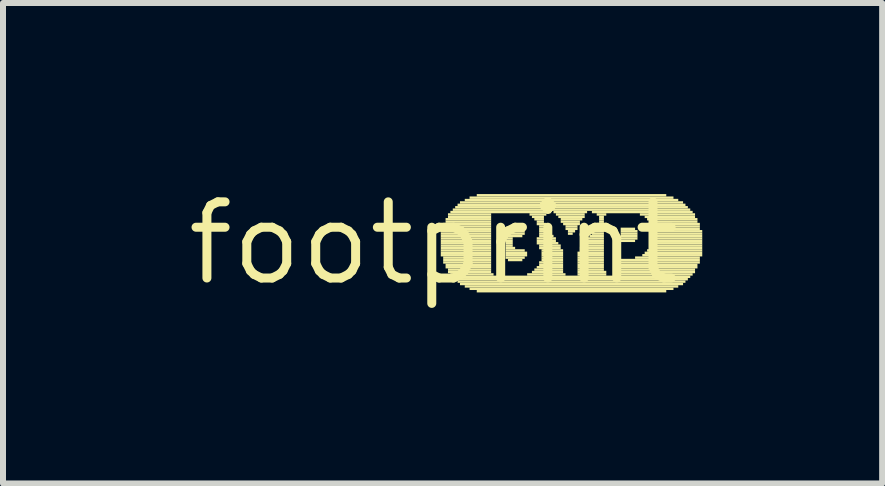
<source format=kicad_pcb>
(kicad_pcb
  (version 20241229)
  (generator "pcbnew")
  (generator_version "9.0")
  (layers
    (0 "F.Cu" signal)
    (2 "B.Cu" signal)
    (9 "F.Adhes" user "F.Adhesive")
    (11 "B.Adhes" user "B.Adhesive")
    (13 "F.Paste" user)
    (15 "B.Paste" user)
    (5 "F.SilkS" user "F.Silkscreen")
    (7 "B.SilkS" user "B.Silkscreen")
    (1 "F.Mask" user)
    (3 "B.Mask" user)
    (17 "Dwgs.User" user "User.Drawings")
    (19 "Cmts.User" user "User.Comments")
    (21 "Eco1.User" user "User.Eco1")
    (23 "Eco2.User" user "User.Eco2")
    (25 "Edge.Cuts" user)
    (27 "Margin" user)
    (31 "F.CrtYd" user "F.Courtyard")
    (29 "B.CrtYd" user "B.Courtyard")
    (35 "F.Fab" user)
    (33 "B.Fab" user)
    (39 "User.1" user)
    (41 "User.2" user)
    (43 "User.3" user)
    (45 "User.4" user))
  (footprint "footprint"
    (layer "F.Cu")
    (at 4.18 1.006)
    (property "Reference" "footprint" (at 0 0 0) (layer "F.SilkS") (effects (font (size 1.27 1.27) (thickness 0.15))))
    (fp_poly (pts (xy 0.12 -0.18) (xy 0.96 -0.18) (xy 0.96 -0.22) (xy 0.12 -0.22)) (stroke (width 0) (type solid)) (fill yes) (layer "F.SilkS"))
    (fp_poly (pts (xy 0.12 -0.14) (xy 0.96 -0.14) (xy 0.96 -0.18) (xy 0.12 -0.18)) (stroke (width 0) (type solid)) (fill yes) (layer "F.SilkS"))
    (fp_poly (pts (xy 0.12 -0.1) (xy 0.96 -0.1) (xy 0.96 -0.14) (xy 0.12 -0.14)) (stroke (width 0) (type solid)) (fill yes) (layer "F.SilkS"))
    (fp_poly (pts (xy 0.12 -0.06) (xy 0.96 -0.06) (xy 0.96 -0.1) (xy 0.12 -0.1)) (stroke (width 0) (type solid)) (fill yes) (layer "F.SilkS"))
    (fp_poly (pts (xy 0.12 -0.02) (xy 0.96 -0.02) (xy 0.96 -0.06) (xy 0.12 -0.06)) (stroke (width 0) (type solid)) (fill yes) (layer "F.SilkS"))
    (fp_poly (pts (xy 0.12 0.02) (xy 0.96 0.02) (xy 0.96 -0.02) (xy 0.12 -0.02)) (stroke (width 0) (type solid)) (fill yes) (layer "F.SilkS"))
    (fp_poly (pts (xy 0.12 0.06) (xy 0.96 0.06) (xy 0.96 0.02) (xy 0.12 0.02)) (stroke (width 0) (type solid)) (fill yes) (layer "F.SilkS"))
    (fp_poly (pts (xy 0.12 0.1) (xy 0.96 0.1) (xy 0.96 0.06) (xy 0.12 0.06)) (stroke (width 0) (type solid)) (fill yes) (layer "F.SilkS"))
    (fp_poly (pts (xy 0.12 0.14) (xy 0.96 0.14) (xy 0.96 0.1) (xy 0.12 0.1)) (stroke (width 0) (type solid)) (fill yes) (layer "F.SilkS"))
    (fp_poly (pts (xy 0.12 0.18) (xy 0.96 0.18) (xy 0.96 0.14) (xy 0.12 0.14)) (stroke (width 0) (type solid)) (fill yes) (layer "F.SilkS"))
    (fp_poly (pts (xy 0.12 0.22) (xy 0.96 0.22) (xy 0.96 0.18) (xy 0.12 0.18)) (stroke (width 0) (type solid)) (fill yes) (layer "F.SilkS"))
    (fp_poly (pts (xy 0.16 -0.3) (xy 0.96 -0.3) (xy 0.96 -0.34) (xy 0.16 -0.34)) (stroke (width 0) (type solid)) (fill yes) (layer "F.SilkS"))
    (fp_poly (pts (xy 0.16 -0.26) (xy 0.96 -0.26) (xy 0.96 -0.3) (xy 0.16 -0.3)) (stroke (width 0) (type solid)) (fill yes) (layer "F.SilkS"))
    (fp_poly (pts (xy 0.16 -0.22) (xy 0.96 -0.22) (xy 0.96 -0.26) (xy 0.16 -0.26)) (stroke (width 0) (type solid)) (fill yes) (layer "F.SilkS"))
    (fp_poly (pts (xy 0.16 0.26) (xy 0.96 0.26) (xy 0.96 0.22) (xy 0.16 0.22)) (stroke (width 0) (type solid)) (fill yes) (layer "F.SilkS"))
    (fp_poly (pts (xy 0.16 0.3) (xy 0.96 0.3) (xy 0.96 0.26) (xy 0.16 0.26)) (stroke (width 0) (type solid)) (fill yes) (layer "F.SilkS"))
    (fp_poly (pts (xy 0.16 0.34) (xy 0.96 0.34) (xy 0.96 0.3) (xy 0.16 0.3)) (stroke (width 0) (type solid)) (fill yes) (layer "F.SilkS"))
    (fp_poly (pts (xy 0.2 -0.38) (xy 0.96 -0.38) (xy 0.96 -0.42) (xy 0.2 -0.42)) (stroke (width 0) (type solid)) (fill yes) (layer "F.SilkS"))
    (fp_poly (pts (xy 0.2 -0.34) (xy 0.96 -0.34) (xy 0.96 -0.38) (xy 0.2 -0.38)) (stroke (width 0) (type solid)) (fill yes) (layer "F.SilkS"))
    (fp_poly (pts (xy 0.2 0.38) (xy 0.96 0.38) (xy 0.96 0.34) (xy 0.2 0.34)) (stroke (width 0) (type solid)) (fill yes) (layer "F.SilkS"))
    (fp_poly (pts (xy 0.2 0.42) (xy 0.96 0.42) (xy 0.96 0.38) (xy 0.2 0.38)) (stroke (width 0) (type solid)) (fill yes) (layer "F.SilkS"))
    (fp_poly (pts (xy 0.24 -0.46) (xy 0.96 -0.46) (xy 0.96 -0.5) (xy 0.24 -0.5)) (stroke (width 0) (type solid)) (fill yes) (layer "F.SilkS"))
    (fp_poly (pts (xy 0.24 -0.42) (xy 0.96 -0.42) (xy 0.96 -0.46) (xy 0.24 -0.46)) (stroke (width 0) (type solid)) (fill yes) (layer "F.SilkS"))
    (fp_poly (pts (xy 0.24 0.46) (xy 0.96 0.46) (xy 0.96 0.42) (xy 0.24 0.42)) (stroke (width 0) (type solid)) (fill yes) (layer "F.SilkS"))
    (fp_poly (pts (xy 0.24 0.5) (xy 0.96 0.5) (xy 0.96 0.46) (xy 0.24 0.46)) (stroke (width 0) (type solid)) (fill yes) (layer "F.SilkS"))
    (fp_poly (pts (xy 0.28 -0.5) (xy 1.96 -0.5) (xy 1.96 -0.54) (xy 0.28 -0.54)) (stroke (width 0) (type solid)) (fill yes) (layer "F.SilkS"))
    (fp_poly (pts (xy 0.28 0.54) (xy 1 0.54) (xy 1 0.5) (xy 0.28 0.5)) (stroke (width 0) (type solid)) (fill yes) (layer "F.SilkS"))
    (fp_poly (pts (xy 0.32 -0.54) (xy 4.28 -0.54) (xy 4.28 -0.58) (xy 0.32 -0.58)) (stroke (width 0) (type solid)) (fill yes) (layer "F.SilkS"))
    (fp_poly (pts (xy 0.32 0.58) (xy 4.28 0.58) (xy 4.28 0.54) (xy 0.32 0.54)) (stroke (width 0) (type solid)) (fill yes) (layer "F.SilkS"))
    (fp_poly (pts (xy 0.36 -0.58) (xy 4.24 -0.58) (xy 4.24 -0.62) (xy 0.36 -0.62)) (stroke (width 0) (type solid)) (fill yes) (layer "F.SilkS"))
    (fp_poly (pts (xy 0.36 0.62) (xy 4.24 0.62) (xy 4.24 0.58) (xy 0.36 0.58)) (stroke (width 0) (type solid)) (fill yes) (layer "F.SilkS"))
    (fp_poly (pts (xy 0.4 -0.62) (xy 4.2 -0.62) (xy 4.2 -0.66) (xy 0.4 -0.66)) (stroke (width 0) (type solid)) (fill yes) (layer "F.SilkS"))
    (fp_poly (pts (xy 0.4 0.66) (xy 4.2 0.66) (xy 4.2 0.62) (xy 0.4 0.62)) (stroke (width 0) (type solid)) (fill yes) (layer "F.SilkS"))
    (fp_poly (pts (xy 0.44 -0.66) (xy 4.16 -0.66) (xy 4.16 -0.7) (xy 0.44 -0.7)) (stroke (width 0) (type solid)) (fill yes) (layer "F.SilkS"))
    (fp_poly (pts (xy 0.44 0.7) (xy 4.16 0.7) (xy 4.16 0.66) (xy 0.44 0.66)) (stroke (width 0) (type solid)) (fill yes) (layer "F.SilkS"))
    (fp_poly (pts (xy 0.52 -0.7) (xy 4.08 -0.7) (xy 4.08 -0.74) (xy 0.52 -0.74)) (stroke (width 0) (type solid)) (fill yes) (layer "F.SilkS"))
    (fp_poly (pts (xy 0.52 0.74) (xy 4.08 0.74) (xy 4.08 0.7) (xy 0.52 0.7)) (stroke (width 0) (type solid)) (fill yes) (layer "F.SilkS"))
    (fp_poly (pts (xy 0.6 -0.74) (xy 4 -0.74) (xy 4 -0.78) (xy 0.6 -0.78)) (stroke (width 0) (type solid)) (fill yes) (layer "F.SilkS"))
    (fp_poly (pts (xy 0.6 0.78) (xy 4 0.78) (xy 4 0.74) (xy 0.6 0.74)) (stroke (width 0) (type solid)) (fill yes) (layer "F.SilkS"))
    (fp_poly (pts (xy 0.72 -0.78) (xy 3.88 -0.78) (xy 3.88 -0.82) (xy 0.72 -0.82)) (stroke (width 0) (type solid)) (fill yes) (layer "F.SilkS"))
    (fp_poly (pts (xy 0.72 0.82) (xy 3.88 0.82) (xy 3.88 0.78) (xy 0.72 0.78)) (stroke (width 0) (type solid)) (fill yes) (layer "F.SilkS"))
    (fp_poly (pts (xy 1.2 -0.22) (xy 1.48 -0.22) (xy 1.48 -0.26) (xy 1.2 -0.26)) (stroke (width 0) (type solid)) (fill yes) (layer "F.SilkS"))
    (fp_poly (pts (xy 1.2 -0.18) (xy 1.52 -0.18) (xy 1.52 -0.22) (xy 1.2 -0.22)) (stroke (width 0) (type solid)) (fill yes) (layer "F.SilkS"))
    (fp_poly (pts (xy 1.2 -0.14) (xy 1.52 -0.14) (xy 1.52 -0.18) (xy 1.2 -0.18)) (stroke (width 0) (type solid)) (fill yes) (layer "F.SilkS"))
    (fp_poly (pts (xy 1.2 -0.1) (xy 1.48 -0.1) (xy 1.48 -0.14) (xy 1.2 -0.14)) (stroke (width 0) (type solid)) (fill yes) (layer "F.SilkS"))
    (fp_poly (pts (xy 1.2 -0.06) (xy 1.32 -0.06) (xy 1.32 -0.1) (xy 1.2 -0.1)) (stroke (width 0) (type solid)) (fill yes) (layer "F.SilkS"))
    (fp_poly (pts (xy 1.2 -0.02) (xy 1.32 -0.02) (xy 1.32 -0.06) (xy 1.2 -0.06)) (stroke (width 0) (type solid)) (fill yes) (layer "F.SilkS"))
    (fp_poly (pts (xy 1.2 0.02) (xy 1.32 0.02) (xy 1.32 -0.02) (xy 1.2 -0.02)) (stroke (width 0) (type solid)) (fill yes) (layer "F.SilkS"))
    (fp_poly (pts (xy 1.2 0.06) (xy 1.32 0.06) (xy 1.32 0.02) (xy 1.2 0.02)) (stroke (width 0) (type solid)) (fill yes) (layer "F.SilkS"))
    (fp_poly (pts (xy 1.2 0.1) (xy 1.36 0.1) (xy 1.36 0.06) (xy 1.2 0.06)) (stroke (width 0) (type solid)) (fill yes) (layer "F.SilkS"))
    (fp_poly (pts (xy 1.2 0.14) (xy 1.52 0.14) (xy 1.52 0.1) (xy 1.2 0.1)) (stroke (width 0) (type solid)) (fill yes) (layer "F.SilkS"))
    (fp_poly (pts (xy 1.2 0.18) (xy 1.56 0.18) (xy 1.56 0.14) (xy 1.2 0.14)) (stroke (width 0) (type solid)) (fill yes) (layer "F.SilkS"))
    (fp_poly (pts (xy 1.2 0.22) (xy 1.56 0.22) (xy 1.56 0.18) (xy 1.2 0.18)) (stroke (width 0) (type solid)) (fill yes) (layer "F.SilkS"))
    (fp_poly (pts (xy 1.2 0.26) (xy 1.52 0.26) (xy 1.52 0.22) (xy 1.2 0.22)) (stroke (width 0) (type solid)) (fill yes) (layer "F.SilkS"))
    (fp_poly (pts (xy 1.24 0.3) (xy 1.48 0.3) (xy 1.48 0.26) (xy 1.24 0.26)) (stroke (width 0) (type solid)) (fill yes) (layer "F.SilkS"))
    (fp_poly (pts (xy 1.56 0.54) (xy 2.2 0.54) (xy 2.2 0.5) (xy 1.56 0.5)) (stroke (width 0) (type solid)) (fill yes) (layer "F.SilkS"))
    (fp_poly (pts (xy 1.6 -0.46) (xy 1.88 -0.46) (xy 1.88 -0.5) (xy 1.6 -0.5)) (stroke (width 0) (type solid)) (fill yes) (layer "F.SilkS"))
    (fp_poly (pts (xy 1.64 -0.42) (xy 1.84 -0.42) (xy 1.84 -0.46) (xy 1.64 -0.46)) (stroke (width 0) (type solid)) (fill yes) (layer "F.SilkS"))
    (fp_poly (pts (xy 1.64 0.5) (xy 2.16 0.5) (xy 2.16 0.46) (xy 1.64 0.46)) (stroke (width 0) (type solid)) (fill yes) (layer "F.SilkS"))
    (fp_poly (pts (xy 1.68 -0.38) (xy 1.84 -0.38) (xy 1.84 -0.42) (xy 1.68 -0.42)) (stroke (width 0) (type solid)) (fill yes) (layer "F.SilkS"))
    (fp_poly (pts (xy 1.68 0.46) (xy 2.16 0.46) (xy 2.16 0.42) (xy 1.68 0.42)) (stroke (width 0) (type solid)) (fill yes) (layer "F.SilkS"))
    (fp_poly (pts (xy 1.72 -0.34) (xy 1.84 -0.34) (xy 1.84 -0.38) (xy 1.72 -0.38)) (stroke (width 0) (type solid)) (fill yes) (layer "F.SilkS"))
    (fp_poly (pts (xy 1.72 -0.3) (xy 1.88 -0.3) (xy 1.88 -0.34) (xy 1.72 -0.34)) (stroke (width 0) (type solid)) (fill yes) (layer "F.SilkS"))
    (fp_poly (pts (xy 1.72 -0.06) (xy 2.04 -0.06) (xy 2.04 -0.1) (xy 1.72 -0.1)) (stroke (width 0) (type solid)) (fill yes) (layer "F.SilkS"))
    (fp_poly (pts (xy 1.72 -0.02) (xy 2.04 -0.02) (xy 2.04 -0.06) (xy 1.72 -0.06)) (stroke (width 0) (type solid)) (fill yes) (layer "F.SilkS"))
    (fp_poly (pts (xy 1.72 0.02) (xy 2.08 0.02) (xy 2.08 -0.02) (xy 1.72 -0.02)) (stroke (width 0) (type solid)) (fill yes) (layer "F.SilkS"))
    (fp_poly (pts (xy 1.72 0.42) (xy 2.16 0.42) (xy 2.16 0.38) (xy 1.72 0.38)) (stroke (width 0) (type solid)) (fill yes) (layer "F.SilkS"))
    (fp_poly (pts (xy 1.76 -0.26) (xy 1.88 -0.26) (xy 1.88 -0.3) (xy 1.76 -0.3)) (stroke (width 0) (type solid)) (fill yes) (layer "F.SilkS"))
    (fp_poly (pts (xy 1.76 -0.22) (xy 1.92 -0.22) (xy 1.92 -0.26) (xy 1.76 -0.26)) (stroke (width 0) (type solid)) (fill yes) (layer "F.SilkS"))
    (fp_poly (pts (xy 1.76 -0.18) (xy 1.96 -0.18) (xy 1.96 -0.22) (xy 1.76 -0.22)) (stroke (width 0) (type solid)) (fill yes) (layer "F.SilkS"))
    (fp_poly (pts (xy 1.76 -0.14) (xy 1.96 -0.14) (xy 1.96 -0.18) (xy 1.76 -0.18)) (stroke (width 0) (type solid)) (fill yes) (layer "F.SilkS"))
    (fp_poly (pts (xy 1.76 -0.1) (xy 2 -0.1) (xy 2 -0.14) (xy 1.76 -0.14)) (stroke (width 0) (type solid)) (fill yes) (layer "F.SilkS"))
    (fp_poly (pts (xy 1.76 0.06) (xy 2.12 0.06) (xy 2.12 0.02) (xy 1.76 0.02)) (stroke (width 0) (type solid)) (fill yes) (layer "F.SilkS"))
    (fp_poly (pts (xy 1.76 0.1) (xy 2.12 0.1) (xy 2.12 0.06) (xy 1.76 0.06)) (stroke (width 0) (type solid)) (fill yes) (layer "F.SilkS"))
    (fp_poly (pts (xy 1.76 0.34) (xy 2.16 0.34) (xy 2.16 0.3) (xy 1.76 0.3)) (stroke (width 0) (type solid)) (fill yes) (layer "F.SilkS"))
    (fp_poly (pts (xy 1.76 0.38) (xy 2.16 0.38) (xy 2.16 0.34) (xy 1.76 0.34)) (stroke (width 0) (type solid)) (fill yes) (layer "F.SilkS"))
    (fp_poly (pts (xy 1.8 0.14) (xy 2.16 0.14) (xy 2.16 0.1) (xy 1.8 0.1)) (stroke (width 0) (type solid)) (fill yes) (layer "F.SilkS"))
    (fp_poly (pts (xy 1.8 0.18) (xy 2.16 0.18) (xy 2.16 0.14) (xy 1.8 0.14)) (stroke (width 0) (type solid)) (fill yes) (layer "F.SilkS"))
    (fp_poly (pts (xy 1.8 0.22) (xy 2.16 0.22) (xy 2.16 0.18) (xy 1.8 0.18)) (stroke (width 0) (type solid)) (fill yes) (layer "F.SilkS"))
    (fp_poly (pts (xy 1.8 0.26) (xy 2.16 0.26) (xy 2.16 0.22) (xy 1.8 0.22)) (stroke (width 0) (type solid)) (fill yes) (layer "F.SilkS"))
    (fp_poly (pts (xy 1.8 0.3) (xy 2.16 0.3) (xy 2.16 0.26) (xy 1.8 0.26)) (stroke (width 0) (type solid)) (fill yes) (layer "F.SilkS"))
    (fp_poly (pts (xy 2 -0.5) (xy 2.56 -0.5) (xy 2.56 -0.54) (xy 2 -0.54)) (stroke (width 0) (type solid)) (fill yes) (layer "F.SilkS"))
    (fp_poly (pts (xy 2.04 -0.46) (xy 2.52 -0.46) (xy 2.52 -0.5) (xy 2.04 -0.5)) (stroke (width 0) (type solid)) (fill yes) (layer "F.SilkS"))
    (fp_poly (pts (xy 2.08 -0.42) (xy 2.52 -0.42) (xy 2.52 -0.46) (xy 2.08 -0.46)) (stroke (width 0) (type solid)) (fill yes) (layer "F.SilkS"))
    (fp_poly (pts (xy 2.12 -0.38) (xy 2.48 -0.38) (xy 2.48 -0.42) (xy 2.12 -0.42)) (stroke (width 0) (type solid)) (fill yes) (layer "F.SilkS"))
    (fp_poly (pts (xy 2.12 -0.34) (xy 2.44 -0.34) (xy 2.44 -0.38) (xy 2.12 -0.38)) (stroke (width 0) (type solid)) (fill yes) (layer "F.SilkS"))
    (fp_poly (pts (xy 2.16 -0.3) (xy 2.44 -0.3) (xy 2.44 -0.34) (xy 2.16 -0.34)) (stroke (width 0) (type solid)) (fill yes) (layer "F.SilkS"))
    (fp_poly (pts (xy 2.2 -0.26) (xy 2.4 -0.26) (xy 2.4 -0.3) (xy 2.2 -0.3)) (stroke (width 0) (type solid)) (fill yes) (layer "F.SilkS"))
    (fp_poly (pts (xy 2.2 -0.22) (xy 2.4 -0.22) (xy 2.4 -0.26) (xy 2.2 -0.26)) (stroke (width 0) (type solid)) (fill yes) (layer "F.SilkS"))
    (fp_poly (pts (xy 2.24 -0.18) (xy 2.36 -0.18) (xy 2.36 -0.22) (xy 2.24 -0.22)) (stroke (width 0) (type solid)) (fill yes) (layer "F.SilkS"))
    (fp_poly (pts (xy 2.24 -0.14) (xy 2.32 -0.14) (xy 2.32 -0.18) (xy 2.24 -0.18)) (stroke (width 0) (type solid)) (fill yes) (layer "F.SilkS"))
    (fp_poly (pts (xy 2.4 0.18) (xy 2.84 0.18) (xy 2.84 0.14) (xy 2.4 0.14)) (stroke (width 0) (type solid)) (fill yes) (layer "F.SilkS"))
    (fp_poly (pts (xy 2.4 0.22) (xy 2.84 0.22) (xy 2.84 0.18) (xy 2.4 0.18)) (stroke (width 0) (type solid)) (fill yes) (layer "F.SilkS"))
    (fp_poly (pts (xy 2.4 0.26) (xy 2.84 0.26) (xy 2.84 0.22) (xy 2.4 0.22)) (stroke (width 0) (type solid)) (fill yes) (layer "F.SilkS"))
    (fp_poly (pts (xy 2.4 0.3) (xy 2.84 0.3) (xy 2.84 0.26) (xy 2.4 0.26)) (stroke (width 0) (type solid)) (fill yes) (layer "F.SilkS"))
    (fp_poly (pts (xy 2.4 0.34) (xy 2.84 0.34) (xy 2.84 0.3) (xy 2.4 0.3)) (stroke (width 0) (type solid)) (fill yes) (layer "F.SilkS"))
    (fp_poly (pts (xy 2.4 0.38) (xy 2.84 0.38) (xy 2.84 0.34) (xy 2.4 0.34)) (stroke (width 0) (type solid)) (fill yes) (layer "F.SilkS"))
    (fp_poly (pts (xy 2.4 0.42) (xy 2.84 0.42) (xy 2.84 0.38) (xy 2.4 0.38)) (stroke (width 0) (type solid)) (fill yes) (layer "F.SilkS"))
    (fp_poly (pts (xy 2.4 0.46) (xy 2.84 0.46) (xy 2.84 0.42) (xy 2.4 0.42)) (stroke (width 0) (type solid)) (fill yes) (layer "F.SilkS"))
    (fp_poly (pts (xy 2.4 0.5) (xy 2.88 0.5) (xy 2.88 0.46) (xy 2.4 0.46)) (stroke (width 0) (type solid)) (fill yes) (layer "F.SilkS"))
    (fp_poly (pts (xy 2.4 0.54) (xy 2.88 0.54) (xy 2.88 0.5) (xy 2.4 0.5)) (stroke (width 0) (type solid)) (fill yes) (layer "F.SilkS"))
    (fp_poly (pts (xy 2.44 0.1) (xy 2.84 0.1) (xy 2.84 0.06) (xy 2.44 0.06)) (stroke (width 0) (type solid)) (fill yes) (layer "F.SilkS"))
    (fp_poly (pts (xy 2.44 0.14) (xy 2.84 0.14) (xy 2.84 0.1) (xy 2.44 0.1)) (stroke (width 0) (type solid)) (fill yes) (layer "F.SilkS"))
    (fp_poly (pts (xy 2.48 0.06) (xy 2.84 0.06) (xy 2.84 0.02) (xy 2.48 0.02)) (stroke (width 0) (type solid)) (fill yes) (layer "F.SilkS"))
    (fp_poly (pts (xy 2.52 -0.02) (xy 2.84 -0.02) (xy 2.84 -0.06) (xy 2.52 -0.06)) (stroke (width 0) (type solid)) (fill yes) (layer "F.SilkS"))
    (fp_poly (pts (xy 2.52 0.02) (xy 2.84 0.02) (xy 2.84 -0.02) (xy 2.52 -0.02)) (stroke (width 0) (type solid)) (fill yes) (layer "F.SilkS"))
    (fp_poly (pts (xy 2.56 -0.06) (xy 2.84 -0.06) (xy 2.84 -0.1) (xy 2.56 -0.1)) (stroke (width 0) (type solid)) (fill yes) (layer "F.SilkS"))
    (fp_poly (pts (xy 2.6 -0.1) (xy 2.84 -0.1) (xy 2.84 -0.14) (xy 2.6 -0.14)) (stroke (width 0) (type solid)) (fill yes) (layer "F.SilkS"))
    (fp_poly (pts (xy 2.64 -0.5) (xy 4.32 -0.5) (xy 4.32 -0.54) (xy 2.64 -0.54)) (stroke (width 0) (type solid)) (fill yes) (layer "F.SilkS"))
    (fp_poly (pts (xy 2.64 -0.18) (xy 2.84 -0.18) (xy 2.84 -0.22) (xy 2.64 -0.22)) (stroke (width 0) (type solid)) (fill yes) (layer "F.SilkS"))
    (fp_poly (pts (xy 2.64 -0.14) (xy 2.84 -0.14) (xy 2.84 -0.18) (xy 2.64 -0.18)) (stroke (width 0) (type solid)) (fill yes) (layer "F.SilkS"))
    (fp_poly (pts (xy 2.68 -0.22) (xy 2.84 -0.22) (xy 2.84 -0.26) (xy 2.68 -0.26)) (stroke (width 0) (type solid)) (fill yes) (layer "F.SilkS"))
    (fp_poly (pts (xy 2.72 -0.46) (xy 2.88 -0.46) (xy 2.88 -0.5) (xy 2.72 -0.5)) (stroke (width 0) (type solid)) (fill yes) (layer "F.SilkS"))
    (fp_poly (pts (xy 2.72 -0.3) (xy 2.84 -0.3) (xy 2.84 -0.34) (xy 2.72 -0.34)) (stroke (width 0) (type solid)) (fill yes) (layer "F.SilkS"))
    (fp_poly (pts (xy 2.72 -0.26) (xy 2.84 -0.26) (xy 2.84 -0.3) (xy 2.72 -0.3)) (stroke (width 0) (type solid)) (fill yes) (layer "F.SilkS"))
    (fp_poly (pts (xy 2.76 -0.42) (xy 2.84 -0.42) (xy 2.84 -0.46) (xy 2.76 -0.46)) (stroke (width 0) (type solid)) (fill yes) (layer "F.SilkS"))
    (fp_poly (pts (xy 2.76 -0.38) (xy 2.84 -0.38) (xy 2.84 -0.42) (xy 2.76 -0.42)) (stroke (width 0) (type solid)) (fill yes) (layer "F.SilkS"))
    (fp_poly (pts (xy 2.76 -0.34) (xy 2.84 -0.34) (xy 2.84 -0.38) (xy 2.76 -0.38)) (stroke (width 0) (type solid)) (fill yes) (layer "F.SilkS"))
    (fp_poly (pts (xy 3.08 0.5) (xy 4.36 0.5) (xy 4.36 0.46) (xy 3.08 0.46)) (stroke (width 0) (type solid)) (fill yes) (layer "F.SilkS"))
    (fp_poly (pts (xy 3.08 0.54) (xy 4.32 0.54) (xy 4.32 0.5) (xy 3.08 0.5)) (stroke (width 0) (type solid)) (fill yes) (layer "F.SilkS"))
    (fp_poly (pts (xy 3.12 -0.22) (xy 3.36 -0.22) (xy 3.36 -0.26) (xy 3.12 -0.26)) (stroke (width 0) (type solid)) (fill yes) (layer "F.SilkS"))
    (fp_poly (pts (xy 3.12 -0.18) (xy 3.4 -0.18) (xy 3.4 -0.22) (xy 3.12 -0.22)) (stroke (width 0) (type solid)) (fill yes) (layer "F.SilkS"))
    (fp_poly (pts (xy 3.12 -0.14) (xy 3.4 -0.14) (xy 3.4 -0.18) (xy 3.12 -0.18)) (stroke (width 0) (type solid)) (fill yes) (layer "F.SilkS"))
    (fp_poly (pts (xy 3.12 -0.1) (xy 3.4 -0.1) (xy 3.4 -0.14) (xy 3.12 -0.14)) (stroke (width 0) (type solid)) (fill yes) (layer "F.SilkS"))
    (fp_poly (pts (xy 3.12 -0.06) (xy 3.4 -0.06) (xy 3.4 -0.1) (xy 3.12 -0.1)) (stroke (width 0) (type solid)) (fill yes) (layer "F.SilkS"))
    (fp_poly (pts (xy 3.12 -0.02) (xy 3.36 -0.02) (xy 3.36 -0.06) (xy 3.12 -0.06)) (stroke (width 0) (type solid)) (fill yes) (layer "F.SilkS"))
    (fp_poly (pts (xy 3.12 0.3) (xy 4.44 0.3) (xy 4.44 0.26) (xy 3.12 0.26)) (stroke (width 0) (type solid)) (fill yes) (layer "F.SilkS"))
    (fp_poly (pts (xy 3.12 0.34) (xy 4.44 0.34) (xy 4.44 0.3) (xy 3.12 0.3)) (stroke (width 0) (type solid)) (fill yes) (layer "F.SilkS"))
    (fp_poly (pts (xy 3.12 0.38) (xy 4.4 0.38) (xy 4.4 0.34) (xy 3.12 0.34)) (stroke (width 0) (type solid)) (fill yes) (layer "F.SilkS"))
    (fp_poly (pts (xy 3.12 0.42) (xy 4.4 0.42) (xy 4.4 0.38) (xy 3.12 0.38)) (stroke (width 0) (type solid)) (fill yes) (layer "F.SilkS"))
    (fp_poly (pts (xy 3.12 0.46) (xy 4.36 0.46) (xy 4.36 0.42) (xy 3.12 0.42)) (stroke (width 0) (type solid)) (fill yes) (layer "F.SilkS"))
    (fp_poly (pts (xy 3.36 0.26) (xy 4.44 0.26) (xy 4.44 0.22) (xy 3.36 0.22)) (stroke (width 0) (type solid)) (fill yes) (layer "F.SilkS"))
    (fp_poly (pts (xy 3.44 -0.46) (xy 4.36 -0.46) (xy 4.36 -0.5) (xy 3.44 -0.5)) (stroke (width 0) (type solid)) (fill yes) (layer "F.SilkS"))
    (fp_poly (pts (xy 3.48 0.22) (xy 4.48 0.22) (xy 4.48 0.18) (xy 3.48 0.18)) (stroke (width 0) (type solid)) (fill yes) (layer "F.SilkS"))
    (fp_poly (pts (xy 3.52 -0.42) (xy 4.36 -0.42) (xy 4.36 -0.46) (xy 3.52 -0.46)) (stroke (width 0) (type solid)) (fill yes) (layer "F.SilkS"))
    (fp_poly (pts (xy 3.52 0.18) (xy 4.48 0.18) (xy 4.48 0.14) (xy 3.52 0.14)) (stroke (width 0) (type solid)) (fill yes) (layer "F.SilkS"))
    (fp_poly (pts (xy 3.56 -0.38) (xy 4.4 -0.38) (xy 4.4 -0.42) (xy 3.56 -0.42)) (stroke (width 0) (type solid)) (fill yes) (layer "F.SilkS"))
    (fp_poly (pts (xy 3.56 0.14) (xy 4.48 0.14) (xy 4.48 0.1) (xy 3.56 0.1)) (stroke (width 0) (type solid)) (fill yes) (layer "F.SilkS"))
    (fp_poly (pts (xy 3.6 -0.34) (xy 4.4 -0.34) (xy 4.4 -0.38) (xy 3.6 -0.38)) (stroke (width 0) (type solid)) (fill yes) (layer "F.SilkS"))
    (fp_poly (pts (xy 3.6 -0.3) (xy 4.44 -0.3) (xy 4.44 -0.34) (xy 3.6 -0.34)) (stroke (width 0) (type solid)) (fill yes) (layer "F.SilkS"))
    (fp_poly (pts (xy 3.6 0.1) (xy 4.48 0.1) (xy 4.48 0.06) (xy 3.6 0.06)) (stroke (width 0) (type solid)) (fill yes) (layer "F.SilkS"))
    (fp_poly (pts (xy 3.64 -0.26) (xy 4.44 -0.26) (xy 4.44 -0.3) (xy 3.64 -0.3)) (stroke (width 0) (type solid)) (fill yes) (layer "F.SilkS"))
    (fp_poly (pts (xy 3.64 -0.22) (xy 4.44 -0.22) (xy 4.44 -0.26) (xy 3.64 -0.26)) (stroke (width 0) (type solid)) (fill yes) (layer "F.SilkS"))
    (fp_poly (pts (xy 3.64 -0.18) (xy 4.48 -0.18) (xy 4.48 -0.22) (xy 3.64 -0.22)) (stroke (width 0) (type solid)) (fill yes) (layer "F.SilkS"))
    (fp_poly (pts (xy 3.64 -0.02) (xy 4.48 -0.02) (xy 4.48 -0.06) (xy 3.64 -0.06)) (stroke (width 0) (type solid)) (fill yes) (layer "F.SilkS"))
    (fp_poly (pts (xy 3.64 0.02) (xy 4.48 0.02) (xy 4.48 -0.02) (xy 3.64 -0.02)) (stroke (width 0) (type solid)) (fill yes) (layer "F.SilkS"))
    (fp_poly (pts (xy 3.64 0.06) (xy 4.48 0.06) (xy 4.48 0.02) (xy 3.64 0.02)) (stroke (width 0) (type solid)) (fill yes) (layer "F.SilkS"))
    (fp_poly (pts (xy 3.68 -0.14) (xy 4.48 -0.14) (xy 4.48 -0.18) (xy 3.68 -0.18)) (stroke (width 0) (type solid)) (fill yes) (layer "F.SilkS"))
    (fp_poly (pts (xy 3.68 -0.1) (xy 4.48 -0.1) (xy 4.48 -0.14) (xy 3.68 -0.14)) (stroke (width 0) (type solid)) (fill yes) (layer "F.SilkS"))
    (fp_poly (pts (xy 3.68 -0.06) (xy 4.48 -0.06) (xy 4.48 -0.1) (xy 3.68 -0.1)) (stroke (width 0) (type solid)) (fill yes) (layer "F.SilkS")))
  (gr_rect
    (start -3 -3)
    (end 11.66 5.012)
    (stroke (width 0.1) (type default))
    (fill no)
    (layer "Edge.Cuts")))
</source>
